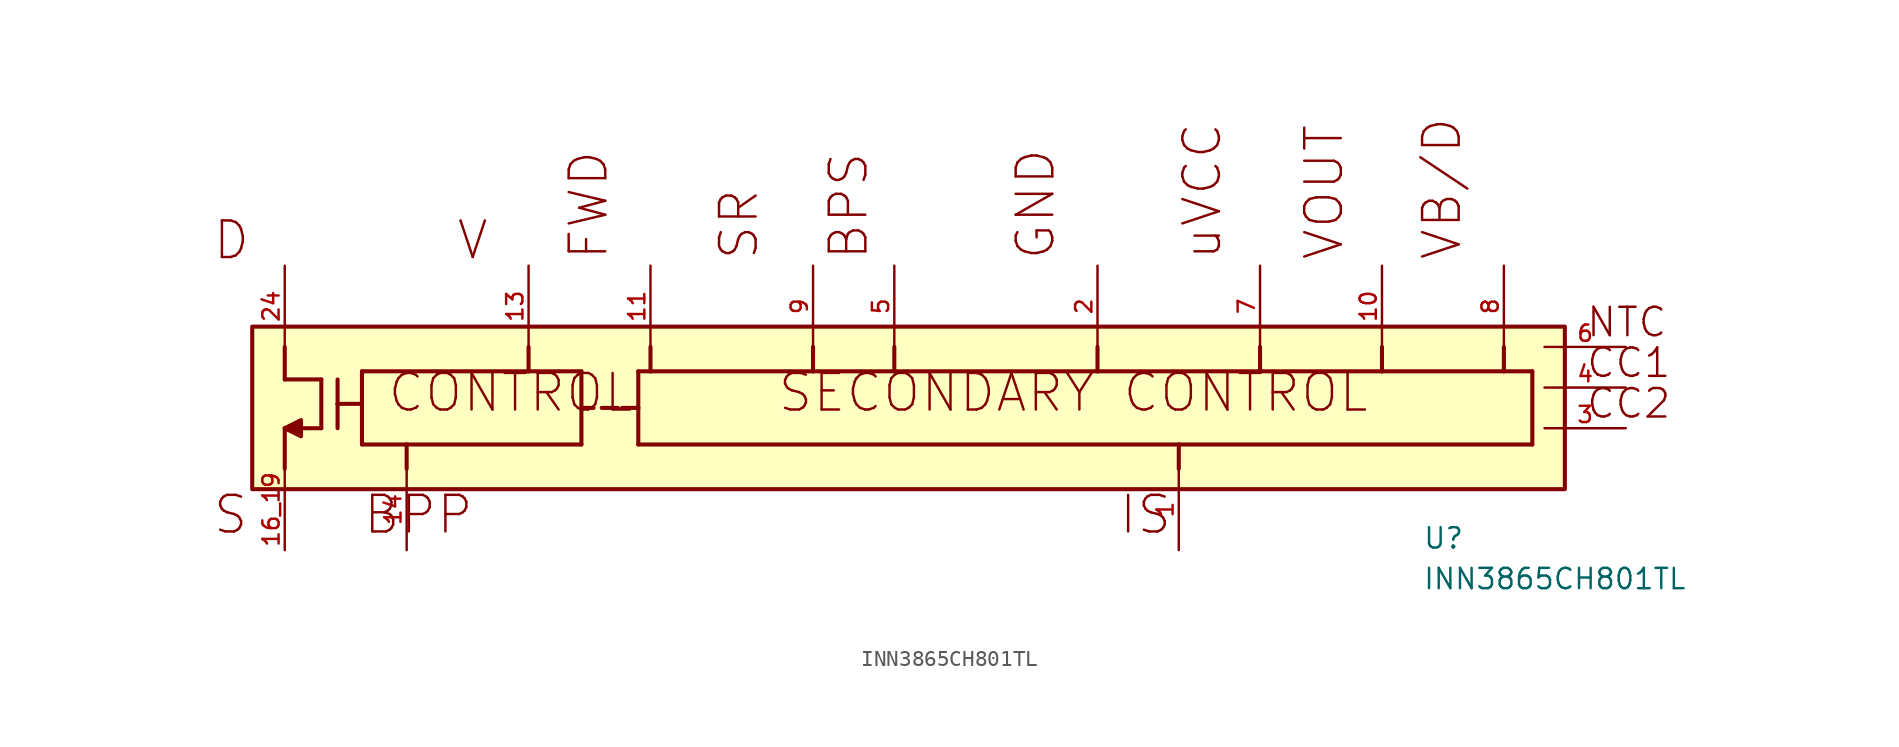
<source format=kicad_sym>
(kicad_symbol_lib
  (version 20211014)
  (generator kicad_symbol_editor)
  (symbol "INN3865CH801TL"
    (pin_names
      (offset 1.016))
    (property "Reference" "U"
      (at 73.66 -17.78 0)
      (effects (font (size 1.27 1.27)) (justify bottom left)))
    (property "Value" "INN3865CH801TL"
      (at 73.66 -20.32 0)
      (effects (font (size 1.27 1.27)) (justify bottom left)))
    (symbol "INN3865CH801TL_0_0"
      (text "D" (at -2.032 0.254 0) (effects (font (size 2.286 2.286)) (justify bottom left)))
      (polyline (pts (xy 2.54 -5.08) (xy 2.54 -7.112)) (stroke (width 0.254)))
      (polyline (pts (xy 2.54 -7.112) (xy 4.826 -7.112)) (stroke (width 0.254)))
      (polyline (pts (xy 4.826 -7.112) (xy 4.826 -10.16)) (stroke (width 0.254)))
      (polyline (pts (xy 4.826 -10.16) (xy 2.54 -10.16)) (stroke (width 0.254)))
      (polyline (pts (xy 2.54 -10.16) (xy 2.54 -12.7)) (stroke (width 0.254)))
      (text "S" (at -2.032 -14.224 0) (effects (font (size 2.286 2.286)) (justify top left)))
      (polyline (pts (xy 5.842 -7.112) (xy 5.842 -8.636)) (stroke (width 0.254)))
      (polyline (pts (xy 5.842 -8.636) (xy 5.842 -10.16)) (stroke (width 0.254)))
      (polyline (pts (xy 5.842 -8.636) (xy 7.366 -8.636)) (stroke (width 0.254)))
      (polyline (pts (xy 7.366 -6.604) (xy 17.78 -6.604)) (stroke (width 0.254)))
      (polyline (pts (xy 17.78 -6.604) (xy 21.082 -6.604)) (stroke (width 0.254)))
      (polyline (pts (xy 21.082 -6.604) (xy 21.082 -8.89)) (stroke (width 0.254)))
      (polyline (pts (xy 21.082 -8.89) (xy 21.082 -11.176)) (stroke (width 0.254)))
      (polyline (pts (xy 21.082 -11.176) (xy 10.16 -11.176)) (stroke (width 0.254)))
      (polyline (pts (xy 10.16 -11.176) (xy 7.366 -11.176)) (stroke (width 0.254)))
      (polyline (pts (xy 7.366 -11.176) (xy 7.366 -6.604)) (stroke (width 0.254)))
      (text "CONTROL" (at 8.89 -6.604 0) (effects (font (size 2.286 2.286)) (justify top left)))
      (polyline (pts (xy 24.638 -6.604) (xy 25.4 -6.604)) (stroke (width 0.254)))
      (polyline (pts (xy 25.4 -6.604) (xy 35.56 -6.604)) (stroke (width 0.254)))
      (polyline (pts (xy 35.56 -6.604) (xy 40.64 -6.604)) (stroke (width 0.254)))
      (polyline (pts (xy 40.64 -6.604) (xy 53.34 -6.604)) (stroke (width 0.254)))
      (polyline (pts (xy 53.34 -6.604) (xy 63.5 -6.604)) (stroke (width 0.254)))
      (polyline (pts (xy 63.5 -6.604) (xy 71.12 -6.604)) (stroke (width 0.254)))
      (polyline (pts (xy 71.12 -6.604) (xy 78.74 -6.604)) (stroke (width 0.254)))
      (polyline (pts (xy 78.74 -6.604) (xy 80.518 -6.604)) (stroke (width 0.254)))
      (polyline (pts (xy 80.518 -6.604) (xy 80.518 -11.176)) (stroke (width 0.254)))
      (polyline (pts (xy 80.518 -11.176) (xy 58.42 -11.176)) (stroke (width 0.254)))
      (polyline (pts (xy 58.42 -11.176) (xy 24.638 -11.176)) (stroke (width 0.254)))
      (polyline (pts (xy 24.638 -11.176) (xy 24.638 -8.89)) (stroke (width 0.254)))
      (text "SECONDARY CONTROL" (at 33.274 -6.604 0) (effects (font (size 2.286 2.286)) (justify top left)))
      (text "V" (at 13.208 0.254 0) (effects (font (size 2.286 2.286)) (justify bottom left)))
      (polyline (pts (xy 24.638 -8.89) (xy 24.638 -6.604)) (stroke (width 0.254)))
      (polyline (pts (xy 17.78 -5.08) (xy 17.78 -6.604)) (stroke (width 0.254)))
      (text "BPP" (at 7.366 -14.224 0) (effects (font (size 2.286 2.286)) (justify top left)))
      (polyline (pts (xy 10.16 -11.176) (xy 10.16 -12.7)) (stroke (width 0.254)))
      (text "FWD" (at 22.86 0.254 900) (effects (font (size 2.286 2.286)) (justify bottom left)))
      (polyline (pts (xy 25.4 -5.08) (xy 25.4 -6.604)) (stroke (width 0.254)))
      (text "SR" (at 32.258 0.254 900) (effects (font (size 2.286 2.286)) (justify bottom left)))
      (polyline (pts (xy 35.56 -5.08) (xy 35.56 -6.604)) (stroke (width 0.254)))
      (text "BPS" (at 39.116 0.254 900) (effects (font (size 2.286 2.286)) (justify bottom left)))
      (polyline (pts (xy 40.64 -5.08) (xy 40.64 -6.604)) (stroke (width 0.254)))
      (text "GND" (at 50.8 0.254 900) (effects (font (size 2.286 2.286)) (justify bottom left)))
      (polyline (pts (xy 53.34 -5.08) (xy 53.34 -6.604)) (stroke (width 0.254)))
      (text "uVCC" (at 61.214 0.254 900) (effects (font (size 2.286 2.286)) (justify bottom left)))
      (polyline (pts (xy 63.5 -5.08) (xy 63.5 -6.604)) (stroke (width 0.254)))
      (text "VOUT" (at 68.834 0.254 900) (effects (font (size 2.286 2.286)) (justify bottom left)))
      (polyline (pts (xy 71.12 -5.08) (xy 71.12 -6.604)) (stroke (width 0.254)))
      (text "VB/D" (at 76.2 0.254 900) (effects (font (size 2.286 2.286)) (justify bottom left)))
      (polyline (pts (xy 78.74 -5.08) (xy 78.74 -6.604)) (stroke (width 0.254)))
      (text "IS" (at 54.61 -14.224 0) (effects (font (size 2.286 2.286)) (justify top left)))
      (polyline (pts (xy 58.42 -11.176) (xy 58.42 -12.7)) (stroke (width 0.254)))
      (polyline (pts (xy 21.082 -8.89) (xy 21.844 -8.89)) (stroke (width 0.254)))
      (polyline (pts (xy 22.352 -8.89) (xy 23.368 -8.89)) (stroke (width 0.254)))
      (polyline (pts (xy 23.622 -8.89) (xy 24.638 -8.89)) (stroke (width 0.254)))
      (polyline (pts (xy 2.54 -10.16) (xy 3.556 -9.652) (xy 3.556 -10.668) (xy 2.54 -10.16)) (stroke (width 0.254)) (fill (type outline)))
      (text "NTC" (at 83.82 -4.572 0) (effects (font (size 1.778 1.778)) (justify bottom left)))
      (text "CC1" (at 83.82 -7.112 0) (effects (font (size 1.778 1.778)) (justify bottom left)))
      (text "CC2" (at 83.82 -9.652 0) (effects (font (size 1.778 1.778)) (justify bottom left)))
      (rectangle (start 0.508 -13.97) (end 82.55 -3.81) (stroke (width 0.254)) (fill (type background)))
      (pin passive line (at 2.54 0.0 270.0) (length 5.08) (name "~" (effects (font (size 1.016 1.016)))) (number "24" (effects (font (size 1.016 1.016)))))
      (pin input line (at 17.78 0.0 270.0) (length 5.08) (name "~" (effects (font (size 1.016 1.016)))) (number "13" (effects (font (size 1.016 1.016)))))
      (pin input line (at 25.4 0.0 270.0) (length 5.08) (name "~" (effects (font (size 1.016 1.016)))) (number "11" (effects (font (size 1.016 1.016)))))
      (pin passive line (at 35.56 0.0 270.0) (length 5.08) (name "~" (effects (font (size 1.016 1.016)))) (number "9" (effects (font (size 1.016 1.016)))))
      (pin passive line (at 40.64 0.0 270.0) (length 5.08) (name "~" (effects (font (size 1.016 1.016)))) (number "5" (effects (font (size 1.016 1.016)))))
      (pin power_in line (at 53.34 0.0 270.0) (length 5.08) (name "~" (effects (font (size 1.016 1.016)))) (number "2" (effects (font (size 1.016 1.016)))))
      (pin power_in line (at 63.5 0.0 270.0) (length 5.08) (name "~" (effects (font (size 1.016 1.016)))) (number "7" (effects (font (size 1.016 1.016)))))
      (pin output line (at 71.12 0.0 270.0) (length 5.08) (name "~" (effects (font (size 1.016 1.016)))) (number "10" (effects (font (size 1.016 1.016)))))
      (pin input line (at 78.74 0.0 270.0) (length 5.08) (name "~" (effects (font (size 1.016 1.016)))) (number "8" (effects (font (size 1.016 1.016)))))
      (pin passive line (at 2.54 -17.78 90.0) (length 5.08) (name "~" (effects (font (size 1.016 1.016)))) (number "16_19" (effects (font (size 1.016 1.016)))))
      (pin passive line (at 10.16 -17.78 90.0) (length 5.08) (name "~" (effects (font (size 1.016 1.016)))) (number "14" (effects (font (size 1.016 1.016)))))
      (pin input line (at 58.42 -17.78 90.0) (length 5.08) (name "~" (effects (font (size 1.016 1.016)))) (number "1" (effects (font (size 1.016 1.016)))))
      (pin input line (at 86.36 -5.08 180.0) (length 5.08) (name "~" (effects (font (size 1.016 1.016)))) (number "6" (effects (font (size 1.016 1.016)))))
      (pin passive line (at 86.36 -7.62 180.0) (length 5.08) (name "~" (effects (font (size 1.016 1.016)))) (number "4" (effects (font (size 1.016 1.016)))))
      (pin passive line (at 86.36 -10.16 180.0) (length 5.08) (name "~" (effects (font (size 1.016 1.016)))) (number "3" (effects (font (size 1.016 1.016))))))))
</source>
